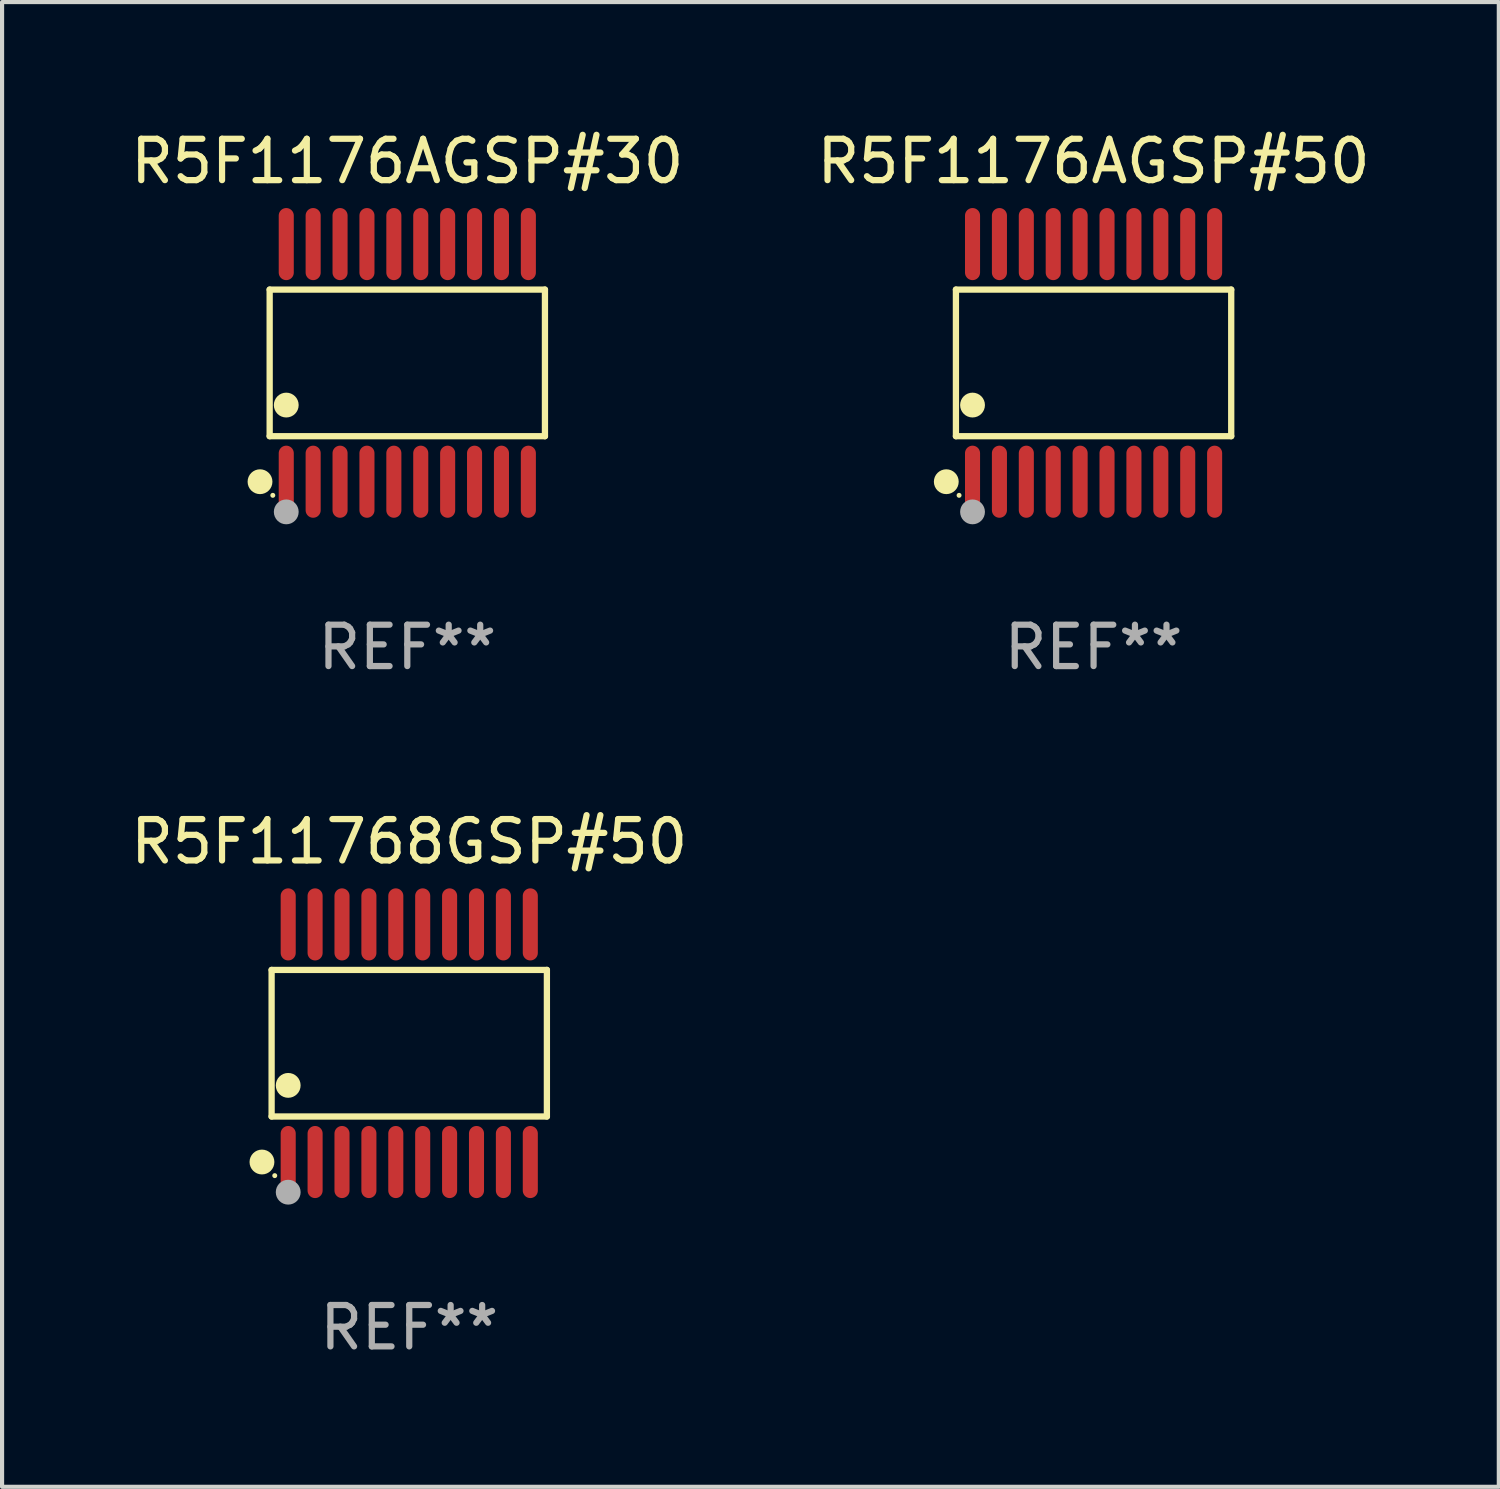
<source format=kicad_pcb>
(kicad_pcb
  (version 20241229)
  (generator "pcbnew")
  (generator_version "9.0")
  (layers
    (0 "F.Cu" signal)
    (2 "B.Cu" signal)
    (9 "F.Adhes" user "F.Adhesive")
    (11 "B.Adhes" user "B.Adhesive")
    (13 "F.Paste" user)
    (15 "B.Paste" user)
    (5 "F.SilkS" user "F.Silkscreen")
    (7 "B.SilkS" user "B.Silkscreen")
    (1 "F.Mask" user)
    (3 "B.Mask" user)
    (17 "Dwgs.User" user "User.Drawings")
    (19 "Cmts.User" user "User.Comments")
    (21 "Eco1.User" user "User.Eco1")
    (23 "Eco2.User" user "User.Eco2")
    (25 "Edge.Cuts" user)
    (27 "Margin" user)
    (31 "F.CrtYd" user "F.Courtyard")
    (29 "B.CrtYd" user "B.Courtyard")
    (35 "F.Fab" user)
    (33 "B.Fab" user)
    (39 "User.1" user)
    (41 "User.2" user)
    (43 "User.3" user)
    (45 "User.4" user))
  (footprint "R5F1176AGSP#50"
    (layer "F.Cu")
    (at 23.375 5.719)
    (property "Reference" "R5F1176AGSP#50" (at 0 -4.871 0) (layer "F.SilkS") (effects (font (size 1 1) (thickness 0.15))))
    (attr through_hole)
    (fp_line (start -3.326 -1.771) (end 3.326 -1.771) (stroke (width 0.152) (type solid)) (layer "F.SilkS"))
    (fp_line (start -3.326 1.771) (end -3.326 -1.771) (stroke (width 0.152) (type solid)) (layer "F.SilkS"))
    (fp_line (start 3.326 -1.771) (end 3.326 1.771) (stroke (width 0.152) (type solid)) (layer "F.SilkS"))
    (fp_line (start 3.326 1.771) (end -3.326 1.771) (stroke (width 0.152) (type solid)) (layer "F.SilkS"))
    (fp_circle (center -3.559 2.871) (end -3.409 2.871) (stroke (width 0.3) (type solid)) (fill no) (layer "F.SilkS"))
    (fp_circle (center -3.25 3.2) (end -3.22 3.2) (stroke (width 0.06) (type solid)) (fill no) (layer "F.SilkS"))
    (fp_circle (center -2.925 1.019) (end -2.775 1.019) (stroke (width 0.3) (type solid)) (fill no) (layer "F.SilkS"))
    (fp_circle (center -2.925 3.6) (end -2.775 3.6) (stroke (width 0.3) (type solid)) (fill no) (layer "F.Fab"))
    (fp_text user "REF**" (at 0 6.871 0) (layer "F.Fab") (effects (font (size 1 1) (thickness 0.15))))
    (pad "1" smd oval (at -2.925 2.871) (size 0.364 1.742) (layers "F.Cu" "F.Mask" "F.Paste"))
    (pad "2" smd oval (at -2.275 2.871) (size 0.364 1.742) (layers "F.Cu" "F.Mask" "F.Paste"))
    (pad "3" smd oval (at -1.625 2.871) (size 0.364 1.742) (layers "F.Cu" "F.Mask" "F.Paste"))
    (pad "4" smd oval (at -0.975 2.871) (size 0.364 1.742) (layers "F.Cu" "F.Mask" "F.Paste"))
    (pad "5" smd oval (at -0.325 2.871) (size 0.364 1.742) (layers "F.Cu" "F.Mask" "F.Paste"))
    (pad "6" smd oval (at 0.325 2.871) (size 0.364 1.742) (layers "F.Cu" "F.Mask" "F.Paste"))
    (pad "7" smd oval (at 0.975 2.871) (size 0.364 1.742) (layers "F.Cu" "F.Mask" "F.Paste"))
    (pad "8" smd oval (at 1.625 2.871) (size 0.364 1.742) (layers "F.Cu" "F.Mask" "F.Paste"))
    (pad "9" smd oval (at 2.275 2.871) (size 0.364 1.742) (layers "F.Cu" "F.Mask" "F.Paste"))
    (pad "10" smd oval (at 2.925 2.871) (size 0.364 1.742) (layers "F.Cu" "F.Mask" "F.Paste"))
    (pad "11" smd oval (at 2.925 -2.871) (size 0.364 1.742) (layers "F.Cu" "F.Mask" "F.Paste"))
    (pad "12" smd oval (at 2.275 -2.871) (size 0.364 1.742) (layers "F.Cu" "F.Mask" "F.Paste"))
    (pad "13" smd oval (at 1.625 -2.871) (size 0.364 1.742) (layers "F.Cu" "F.Mask" "F.Paste"))
    (pad "14" smd oval (at 0.975 -2.871) (size 0.364 1.742) (layers "F.Cu" "F.Mask" "F.Paste"))
    (pad "15" smd oval (at 0.325 -2.871) (size 0.364 1.742) (layers "F.Cu" "F.Mask" "F.Paste"))
    (pad "16" smd oval (at -0.325 -2.871) (size 0.364 1.742) (layers "F.Cu" "F.Mask" "F.Paste"))
    (pad "17" smd oval (at -0.975 -2.871) (size 0.364 1.742) (layers "F.Cu" "F.Mask" "F.Paste"))
    (pad "18" smd oval (at -1.625 -2.871) (size 0.364 1.742) (layers "F.Cu" "F.Mask" "F.Paste"))
    (pad "19" smd oval (at -2.275 -2.871) (size 0.364 1.742) (layers "F.Cu" "F.Mask" "F.Paste"))
    (pad "20" smd oval (at -2.925 -2.871) (size 0.364 1.742) (layers "F.Cu" "F.Mask" "F.Paste")))
  (footprint "R5F1176AGSP#30"
    (layer "F.Cu")
    (at 6.792 5.719)
    (property "Reference" "R5F1176AGSP#30" (at 0 -4.871 0) (layer "F.SilkS") (effects (font (size 1 1) (thickness 0.15))))
    (attr through_hole)
    (fp_line (start -3.326 -1.771) (end 3.326 -1.771) (stroke (width 0.152) (type solid)) (layer "F.SilkS"))
    (fp_line (start -3.326 1.771) (end -3.326 -1.771) (stroke (width 0.152) (type solid)) (layer "F.SilkS"))
    (fp_line (start 3.326 -1.771) (end 3.326 1.771) (stroke (width 0.152) (type solid)) (layer "F.SilkS"))
    (fp_line (start 3.326 1.771) (end -3.326 1.771) (stroke (width 0.152) (type solid)) (layer "F.SilkS"))
    (fp_circle (center -3.559 2.871) (end -3.409 2.871) (stroke (width 0.3) (type solid)) (fill no) (layer "F.SilkS"))
    (fp_circle (center -3.25 3.2) (end -3.22 3.2) (stroke (width 0.06) (type solid)) (fill no) (layer "F.SilkS"))
    (fp_circle (center -2.925 1.019) (end -2.775 1.019) (stroke (width 0.3) (type solid)) (fill no) (layer "F.SilkS"))
    (fp_circle (center -2.925 3.6) (end -2.775 3.6) (stroke (width 0.3) (type solid)) (fill no) (layer "F.Fab"))
    (fp_text user "REF**" (at 0 6.871 0) (layer "F.Fab") (effects (font (size 1 1) (thickness 0.15))))
    (pad "1" smd oval (at -2.925 2.871) (size 0.364 1.742) (layers "F.Cu" "F.Mask" "F.Paste"))
    (pad "2" smd oval (at -2.275 2.871) (size 0.364 1.742) (layers "F.Cu" "F.Mask" "F.Paste"))
    (pad "3" smd oval (at -1.625 2.871) (size 0.364 1.742) (layers "F.Cu" "F.Mask" "F.Paste"))
    (pad "4" smd oval (at -0.975 2.871) (size 0.364 1.742) (layers "F.Cu" "F.Mask" "F.Paste"))
    (pad "5" smd oval (at -0.325 2.871) (size 0.364 1.742) (layers "F.Cu" "F.Mask" "F.Paste"))
    (pad "6" smd oval (at 0.325 2.871) (size 0.364 1.742) (layers "F.Cu" "F.Mask" "F.Paste"))
    (pad "7" smd oval (at 0.975 2.871) (size 0.364 1.742) (layers "F.Cu" "F.Mask" "F.Paste"))
    (pad "8" smd oval (at 1.625 2.871) (size 0.364 1.742) (layers "F.Cu" "F.Mask" "F.Paste"))
    (pad "9" smd oval (at 2.275 2.871) (size 0.364 1.742) (layers "F.Cu" "F.Mask" "F.Paste"))
    (pad "10" smd oval (at 2.925 2.871) (size 0.364 1.742) (layers "F.Cu" "F.Mask" "F.Paste"))
    (pad "11" smd oval (at 2.925 -2.871) (size 0.364 1.742) (layers "F.Cu" "F.Mask" "F.Paste"))
    (pad "12" smd oval (at 2.275 -2.871) (size 0.364 1.742) (layers "F.Cu" "F.Mask" "F.Paste"))
    (pad "13" smd oval (at 1.625 -2.871) (size 0.364 1.742) (layers "F.Cu" "F.Mask" "F.Paste"))
    (pad "14" smd oval (at 0.975 -2.871) (size 0.364 1.742) (layers "F.Cu" "F.Mask" "F.Paste"))
    (pad "15" smd oval (at 0.325 -2.871) (size 0.364 1.742) (layers "F.Cu" "F.Mask" "F.Paste"))
    (pad "16" smd oval (at -0.325 -2.871) (size 0.364 1.742) (layers "F.Cu" "F.Mask" "F.Paste"))
    (pad "17" smd oval (at -0.975 -2.871) (size 0.364 1.742) (layers "F.Cu" "F.Mask" "F.Paste"))
    (pad "18" smd oval (at -1.625 -2.871) (size 0.364 1.742) (layers "F.Cu" "F.Mask" "F.Paste"))
    (pad "19" smd oval (at -2.275 -2.871) (size 0.364 1.742) (layers "F.Cu" "F.Mask" "F.Paste"))
    (pad "20" smd oval (at -2.925 -2.871) (size 0.364 1.742) (layers "F.Cu" "F.Mask" "F.Paste")))
  (footprint "R5F11768GSP#50"
    (layer "F.Cu")
    (at 6.839 22.158)
    (property "Reference" "R5F11768GSP#50" (at 0 -4.871 0) (layer "F.SilkS") (effects (font (size 1 1) (thickness 0.15))))
    (attr through_hole)
    (fp_line (start -3.326 -1.771) (end 3.326 -1.771) (stroke (width 0.152) (type solid)) (layer "F.SilkS"))
    (fp_line (start -3.326 1.771) (end -3.326 -1.771) (stroke (width 0.152) (type solid)) (layer "F.SilkS"))
    (fp_line (start 3.326 -1.771) (end 3.326 1.771) (stroke (width 0.152) (type solid)) (layer "F.SilkS"))
    (fp_line (start 3.326 1.771) (end -3.326 1.771) (stroke (width 0.152) (type solid)) (layer "F.SilkS"))
    (fp_circle (center -3.559 2.871) (end -3.409 2.871) (stroke (width 0.3) (type solid)) (fill no) (layer "F.SilkS"))
    (fp_circle (center -3.25 3.2) (end -3.22 3.2) (stroke (width 0.06) (type solid)) (fill no) (layer "F.SilkS"))
    (fp_circle (center -2.925 1.019) (end -2.775 1.019) (stroke (width 0.3) (type solid)) (fill no) (layer "F.SilkS"))
    (fp_circle (center -2.925 3.6) (end -2.775 3.6) (stroke (width 0.3) (type solid)) (fill no) (layer "F.Fab"))
    (fp_text user "REF**" (at 0 6.871 0) (layer "F.Fab") (effects (font (size 1 1) (thickness 0.15))))
    (pad "1" smd oval (at -2.925 2.871) (size 0.364 1.742) (layers "F.Cu" "F.Mask" "F.Paste"))
    (pad "2" smd oval (at -2.275 2.871) (size 0.364 1.742) (layers "F.Cu" "F.Mask" "F.Paste"))
    (pad "3" smd oval (at -1.625 2.871) (size 0.364 1.742) (layers "F.Cu" "F.Mask" "F.Paste"))
    (pad "4" smd oval (at -0.975 2.871) (size 0.364 1.742) (layers "F.Cu" "F.Mask" "F.Paste"))
    (pad "5" smd oval (at -0.325 2.871) (size 0.364 1.742) (layers "F.Cu" "F.Mask" "F.Paste"))
    (pad "6" smd oval (at 0.325 2.871) (size 0.364 1.742) (layers "F.Cu" "F.Mask" "F.Paste"))
    (pad "7" smd oval (at 0.975 2.871) (size 0.364 1.742) (layers "F.Cu" "F.Mask" "F.Paste"))
    (pad "8" smd oval (at 1.625 2.871) (size 0.364 1.742) (layers "F.Cu" "F.Mask" "F.Paste"))
    (pad "9" smd oval (at 2.275 2.871) (size 0.364 1.742) (layers "F.Cu" "F.Mask" "F.Paste"))
    (pad "10" smd oval (at 2.925 2.871) (size 0.364 1.742) (layers "F.Cu" "F.Mask" "F.Paste"))
    (pad "11" smd oval (at 2.925 -2.871) (size 0.364 1.742) (layers "F.Cu" "F.Mask" "F.Paste"))
    (pad "12" smd oval (at 2.275 -2.871) (size 0.364 1.742) (layers "F.Cu" "F.Mask" "F.Paste"))
    (pad "13" smd oval (at 1.625 -2.871) (size 0.364 1.742) (layers "F.Cu" "F.Mask" "F.Paste"))
    (pad "14" smd oval (at 0.975 -2.871) (size 0.364 1.742) (layers "F.Cu" "F.Mask" "F.Paste"))
    (pad "15" smd oval (at 0.325 -2.871) (size 0.364 1.742) (layers "F.Cu" "F.Mask" "F.Paste"))
    (pad "16" smd oval (at -0.325 -2.871) (size 0.364 1.742) (layers "F.Cu" "F.Mask" "F.Paste"))
    (pad "17" smd oval (at -0.975 -2.871) (size 0.364 1.742) (layers "F.Cu" "F.Mask" "F.Paste"))
    (pad "18" smd oval (at -1.625 -2.871) (size 0.364 1.742) (layers "F.Cu" "F.Mask" "F.Paste"))
    (pad "19" smd oval (at -2.275 -2.871) (size 0.364 1.742) (layers "F.Cu" "F.Mask" "F.Paste"))
    (pad "20" smd oval (at -2.925 -2.871) (size 0.364 1.742) (layers "F.Cu" "F.Mask" "F.Paste")))
  (gr_rect
    (start -3 -3)
    (end 33.167 32.877)
    (stroke (width 0.1) (type default))
    (fill no)
    (layer "Edge.Cuts")))
</source>
